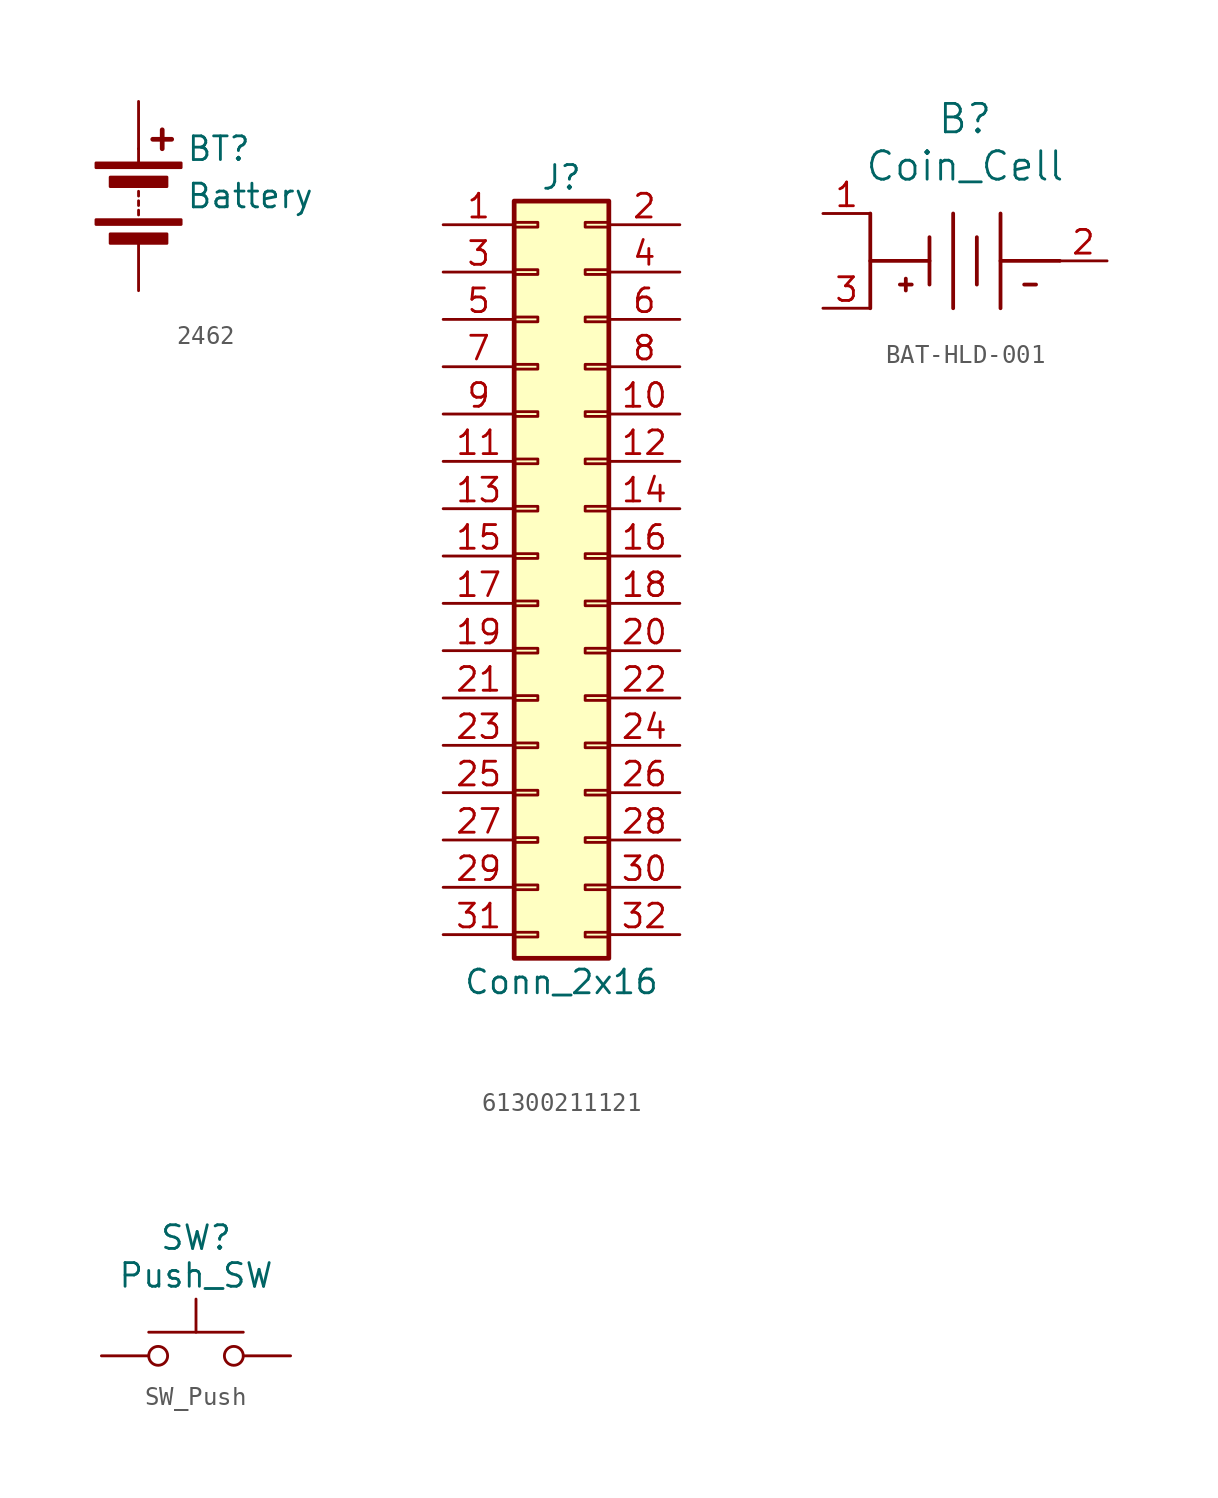
<source format=kicad_sym>
(kicad_symbol_lib
  (version 20231120)
  (generator "kicad_symbol_editor")
  (generator_version "8.0")
  (symbol "2462"
    (pin_numbers hide)
    (pin_names
      (offset 0) hide)
    (property "Reference" "BT"
      (at 2.54 2.54 0)
      (effects (font (size 1.27 1.27)) (justify left)))
    (property "Value" "Battery"
      (at 2.54 0 0)
      (effects (font (size 1.27 1.27)) (justify left)))
    (symbol "2462_0_1"
      (rectangle (start -2.286 -1.27) (end 2.286 -1.524) (stroke (width 0) (type default)) (fill (type outline)))
      (rectangle (start -2.286 1.778) (end 2.286 1.524) (stroke (width 0) (type default)) (fill (type outline)))
      (rectangle (start -1.524 -2.032) (end 1.524 -2.54) (stroke (width 0) (type default)) (fill (type outline)))
      (rectangle (start -1.524 1.016) (end 1.524 0.508) (stroke (width 0) (type default)) (fill (type outline)))
      (polyline (pts (xy 0 -1.016) (xy 0 -0.762)) (stroke (width 0) (type default)) (fill (type none)))
      (polyline (pts (xy 0 -0.508) (xy 0 -0.254)) (stroke (width 0) (type default)) (fill (type none)))
      (polyline (pts (xy 0 0) (xy 0 0.254)) (stroke (width 0) (type default)) (fill (type none)))
      (polyline (pts (xy 0 1.778) (xy 0 2.54)) (stroke (width 0) (type default)) (fill (type none)))
      (polyline (pts (xy 0.762 3.048) (xy 1.778 3.048)) (stroke (width 0.254) (type default)) (fill (type none)))
      (polyline (pts (xy 1.27 3.556) (xy 1.27 2.54)) (stroke (width 0.254) (type default)) (fill (type none))))
    (symbol "2462_1_1"
      (pin passive line (at 0 5.08 270) (length 2.54) (name "+" (effects (font (size 1.27 1.27)))) (number "1" (effects (font (size 1.27 1.27)))))
      (pin passive line (at 0 -5.08 90) (length 2.54) (name "-" (effects (font (size 1.27 1.27)))) (number "2" (effects (font (size 1.27 1.27)))))))
  (symbol "61300211121"
    (pin_names
      (offset 1.016) hide)
    (property "Reference" "J"
      (at 1.27 20.32 0)
      (effects (font (size 1.27 1.27))))
    (property "Value" "Conn_2x16"
      (at 1.27 -22.86 0)
      (effects (font (size 1.27 1.27))))
    (symbol "61300211121_1_1"
      (rectangle (start -1.27 -20.193) (end 0 -20.447) (stroke (width 0.152) (type default)) (fill (type none)))
      (rectangle (start -1.27 -17.653) (end 0 -17.907) (stroke (width 0.152) (type default)) (fill (type none)))
      (rectangle (start -1.27 -15.113) (end 0 -15.367) (stroke (width 0.152) (type default)) (fill (type none)))
      (rectangle (start -1.27 -12.573) (end 0 -12.827) (stroke (width 0.152) (type default)) (fill (type none)))
      (rectangle (start -1.27 -10.033) (end 0 -10.287) (stroke (width 0.152) (type default)) (fill (type none)))
      (rectangle (start -1.27 -7.493) (end 0 -7.747) (stroke (width 0.152) (type default)) (fill (type none)))
      (rectangle (start -1.27 -4.953) (end 0 -5.207) (stroke (width 0.152) (type default)) (fill (type none)))
      (rectangle (start -1.27 -2.413) (end 0 -2.667) (stroke (width 0.152) (type default)) (fill (type none)))
      (rectangle (start -1.27 0.127) (end 0 -0.127) (stroke (width 0.152) (type default)) (fill (type none)))
      (rectangle (start -1.27 2.667) (end 0 2.413) (stroke (width 0.152) (type default)) (fill (type none)))
      (rectangle (start -1.27 5.207) (end 0 4.953) (stroke (width 0.152) (type default)) (fill (type none)))
      (rectangle (start -1.27 7.747) (end 0 7.493) (stroke (width 0.152) (type default)) (fill (type none)))
      (rectangle (start -1.27 10.287) (end 0 10.033) (stroke (width 0.152) (type default)) (fill (type none)))
      (rectangle (start -1.27 12.827) (end 0 12.573) (stroke (width 0.152) (type default)) (fill (type none)))
      (rectangle (start -1.27 15.367) (end 0 15.113) (stroke (width 0.152) (type default)) (fill (type none)))
      (rectangle (start -1.27 17.907) (end 0 17.653) (stroke (width 0.152) (type default)) (fill (type none)))
      (rectangle (start -1.27 19.05) (end 3.81 -21.59) (stroke (width 0.254) (type default)) (fill (type background)))
      (rectangle (start 3.81 -20.193) (end 2.54 -20.447) (stroke (width 0.152) (type default)) (fill (type none)))
      (rectangle (start 3.81 -17.653) (end 2.54 -17.907) (stroke (width 0.152) (type default)) (fill (type none)))
      (rectangle (start 3.81 -15.113) (end 2.54 -15.367) (stroke (width 0.152) (type default)) (fill (type none)))
      (rectangle (start 3.81 -12.573) (end 2.54 -12.827) (stroke (width 0.152) (type default)) (fill (type none)))
      (rectangle (start 3.81 -10.033) (end 2.54 -10.287) (stroke (width 0.152) (type default)) (fill (type none)))
      (rectangle (start 3.81 -7.493) (end 2.54 -7.747) (stroke (width 0.152) (type default)) (fill (type none)))
      (rectangle (start 3.81 -4.953) (end 2.54 -5.207) (stroke (width 0.152) (type default)) (fill (type none)))
      (rectangle (start 3.81 -2.413) (end 2.54 -2.667) (stroke (width 0.152) (type default)) (fill (type none)))
      (rectangle (start 3.81 0.127) (end 2.54 -0.127) (stroke (width 0.152) (type default)) (fill (type none)))
      (rectangle (start 3.81 2.667) (end 2.54 2.413) (stroke (width 0.152) (type default)) (fill (type none)))
      (rectangle (start 3.81 5.207) (end 2.54 4.953) (stroke (width 0.152) (type default)) (fill (type none)))
      (rectangle (start 3.81 7.747) (end 2.54 7.493) (stroke (width 0.152) (type default)) (fill (type none)))
      (rectangle (start 3.81 10.287) (end 2.54 10.033) (stroke (width 0.152) (type default)) (fill (type none)))
      (rectangle (start 3.81 12.827) (end 2.54 12.573) (stroke (width 0.152) (type default)) (fill (type none)))
      (rectangle (start 3.81 15.367) (end 2.54 15.113) (stroke (width 0.152) (type default)) (fill (type none)))
      (rectangle (start 3.81 17.907) (end 2.54 17.653) (stroke (width 0.152) (type default)) (fill (type none)))
      (pin passive line (at -5.08 17.78 0) (length 3.81) (name "Pin_1" (effects (font (size 1.27 1.27)))) (number "1" (effects (font (size 1.27 1.27)))))
      (pin passive line (at 7.62 7.62 180) (length 3.81) (name "Pin_10" (effects (font (size 1.27 1.27)))) (number "10" (effects (font (size 1.27 1.27)))))
      (pin passive line (at -5.08 5.08 0) (length 3.81) (name "Pin_11" (effects (font (size 1.27 1.27)))) (number "11" (effects (font (size 1.27 1.27)))))
      (pin passive line (at 7.62 5.08 180) (length 3.81) (name "Pin_12" (effects (font (size 1.27 1.27)))) (number "12" (effects (font (size 1.27 1.27)))))
      (pin passive line (at -5.08 2.54 0) (length 3.81) (name "Pin_13" (effects (font (size 1.27 1.27)))) (number "13" (effects (font (size 1.27 1.27)))))
      (pin passive line (at 7.62 2.54 180) (length 3.81) (name "Pin_14" (effects (font (size 1.27 1.27)))) (number "14" (effects (font (size 1.27 1.27)))))
      (pin passive line (at -5.08 0 0) (length 3.81) (name "Pin_15" (effects (font (size 1.27 1.27)))) (number "15" (effects (font (size 1.27 1.27)))))
      (pin passive line (at 7.62 0 180) (length 3.81) (name "Pin_16" (effects (font (size 1.27 1.27)))) (number "16" (effects (font (size 1.27 1.27)))))
      (pin passive line (at -5.08 -2.54 0) (length 3.81) (name "Pin_17" (effects (font (size 1.27 1.27)))) (number "17" (effects (font (size 1.27 1.27)))))
      (pin passive line (at 7.62 -2.54 180) (length 3.81) (name "Pin_18" (effects (font (size 1.27 1.27)))) (number "18" (effects (font (size 1.27 1.27)))))
      (pin passive line (at -5.08 -5.08 0) (length 3.81) (name "Pin_19" (effects (font (size 1.27 1.27)))) (number "19" (effects (font (size 1.27 1.27)))))
      (pin passive line (at 7.62 17.78 180) (length 3.81) (name "Pin_2" (effects (font (size 1.27 1.27)))) (number "2" (effects (font (size 1.27 1.27)))))
      (pin passive line (at 7.62 -5.08 180) (length 3.81) (name "Pin_20" (effects (font (size 1.27 1.27)))) (number "20" (effects (font (size 1.27 1.27)))))
      (pin passive line (at -5.08 -7.62 0) (length 3.81) (name "Pin_21" (effects (font (size 1.27 1.27)))) (number "21" (effects (font (size 1.27 1.27)))))
      (pin passive line (at 7.62 -7.62 180) (length 3.81) (name "Pin_22" (effects (font (size 1.27 1.27)))) (number "22" (effects (font (size 1.27 1.27)))))
      (pin passive line (at -5.08 -10.16 0) (length 3.81) (name "Pin_23" (effects (font (size 1.27 1.27)))) (number "23" (effects (font (size 1.27 1.27)))))
      (pin passive line (at 7.62 -10.16 180) (length 3.81) (name "Pin_24" (effects (font (size 1.27 1.27)))) (number "24" (effects (font (size 1.27 1.27)))))
      (pin passive line (at -5.08 -12.7 0) (length 3.81) (name "Pin_25" (effects (font (size 1.27 1.27)))) (number "25" (effects (font (size 1.27 1.27)))))
      (pin passive line (at 7.62 -12.7 180) (length 3.81) (name "Pin_26" (effects (font (size 1.27 1.27)))) (number "26" (effects (font (size 1.27 1.27)))))
      (pin passive line (at -5.08 -15.24 0) (length 3.81) (name "Pin_27" (effects (font (size 1.27 1.27)))) (number "27" (effects (font (size 1.27 1.27)))))
      (pin passive line (at 7.62 -15.24 180) (length 3.81) (name "Pin_28" (effects (font (size 1.27 1.27)))) (number "28" (effects (font (size 1.27 1.27)))))
      (pin passive line (at -5.08 -17.78 0) (length 3.81) (name "Pin_29" (effects (font (size 1.27 1.27)))) (number "29" (effects (font (size 1.27 1.27)))))
      (pin passive line (at -5.08 15.24 0) (length 3.81) (name "Pin_3" (effects (font (size 1.27 1.27)))) (number "3" (effects (font (size 1.27 1.27)))))
      (pin passive line (at 7.62 -17.78 180) (length 3.81) (name "Pin_30" (effects (font (size 1.27 1.27)))) (number "30" (effects (font (size 1.27 1.27)))))
      (pin passive line (at -5.08 -20.32 0) (length 3.81) (name "Pin_31" (effects (font (size 1.27 1.27)))) (number "31" (effects (font (size 1.27 1.27)))))
      (pin passive line (at 7.62 -20.32 180) (length 3.81) (name "Pin_32" (effects (font (size 1.27 1.27)))) (number "32" (effects (font (size 1.27 1.27)))))
      (pin passive line (at 7.62 15.24 180) (length 3.81) (name "Pin_4" (effects (font (size 1.27 1.27)))) (number "4" (effects (font (size 1.27 1.27)))))
      (pin passive line (at -5.08 12.7 0) (length 3.81) (name "Pin_5" (effects (font (size 1.27 1.27)))) (number "5" (effects (font (size 1.27 1.27)))))
      (pin passive line (at 7.62 12.7 180) (length 3.81) (name "Pin_6" (effects (font (size 1.27 1.27)))) (number "6" (effects (font (size 1.27 1.27)))))
      (pin passive line (at -5.08 10.16 0) (length 3.81) (name "Pin_7" (effects (font (size 1.27 1.27)))) (number "7" (effects (font (size 1.27 1.27)))))
      (pin passive line (at 7.62 10.16 180) (length 3.81) (name "Pin_8" (effects (font (size 1.27 1.27)))) (number "8" (effects (font (size 1.27 1.27)))))
      (pin passive line (at -5.08 7.62 0) (length 3.81) (name "Pin_9" (effects (font (size 1.27 1.27)))) (number "9" (effects (font (size 1.27 1.27)))))))
  (symbol "BAT-HLD-001"
    (pin_names
      (offset 0.254))
    (property "Reference" "B"
      (at 7.62 5.08 0)
      (effects (font (size 1.524 1.524))))
    (property "Value" "Coin_Cell"
      (at 7.62 2.54 0)
      (effects (font (size 1.524 1.524))))
    (symbol "BAT-HLD-001_0_1"
      (polyline (pts (xy 2.54 -5.08) (xy 2.54 0)) (stroke (width 0.203) (type default)) (fill (type none)))
      (polyline (pts (xy 2.54 -2.54) (xy 5.715 -2.54)) (stroke (width 0.203) (type default)) (fill (type none)))
      (polyline (pts (xy 4.128 -3.81) (xy 4.763 -3.81)) (stroke (width 0.203) (type default)) (fill (type none)))
      (polyline (pts (xy 4.445 -4.128) (xy 4.445 -3.493)) (stroke (width 0.203) (type default)) (fill (type none)))
      (polyline (pts (xy 5.715 -1.27) (xy 5.715 -3.81)) (stroke (width 0.203) (type default)) (fill (type none)))
      (polyline (pts (xy 6.985 0) (xy 6.985 -5.08)) (stroke (width 0.203) (type default)) (fill (type none)))
      (polyline (pts (xy 8.255 -1.27) (xy 8.255 -3.81)) (stroke (width 0.203) (type default)) (fill (type none)))
      (polyline (pts (xy 9.525 0) (xy 9.525 -5.08)) (stroke (width 0.203) (type default)) (fill (type none)))
      (polyline (pts (xy 10.795 -3.81) (xy 11.43 -3.81)) (stroke (width 0.203) (type default)) (fill (type none)))
      (polyline (pts (xy 12.7 -2.54) (xy 9.525 -2.54)) (stroke (width 0.203) (type default)) (fill (type none))))
    (symbol "BAT-HLD-001_1_1"
      (pin passive line (at 0 0 0) (length 2.54) (name "" (effects (font (size 1.27 1.27)))) (number "1" (effects (font (size 1.27 1.27)))))
      (pin passive line (at 15.24 -2.54 180) (length 2.54) (name "" (effects (font (size 1.27 1.27)))) (number "2" (effects (font (size 1.27 1.27)))))
      (pin passive line (at 0 -5.08 0) (length 2.54) (name "" (effects (font (size 1.27 1.27)))) (number "3" (effects (font (size 1.27 1.27)))))))
  (symbol "SW_Push"
    (pin_numbers hide)
    (pin_names
      (offset 1.016) hide)
    (property "Reference" "SW"
      (at 0 6.35 0)
      (effects (font (size 1.27 1.27))))
    (property "Value" "Push_SW"
      (at 0 4.318 0)
      (effects (font (size 1.27 1.27))))
    (symbol "SW_Push_0_1"
      (circle (center -2.032 0) (radius 0.508) (stroke (width 0) (type default)) (fill (type none)))
      (polyline (pts (xy 0 1.27) (xy 0 3.048)) (stroke (width 0) (type default)) (fill (type none)))
      (polyline (pts (xy 2.54 1.27) (xy -2.54 1.27)) (stroke (width 0) (type default)) (fill (type none)))
      (circle (center 2.032 0) (radius 0.508) (stroke (width 0) (type default)) (fill (type none)))
      (pin passive line (at -5.08 0 0) (length 2.54) (name "1" (effects (font (size 1.27 1.27)))) (number "1" (effects (font (size 1.27 1.27)))))
      (pin passive line (at 5.08 0 180) (length 2.54) (name "2" (effects (font (size 1.27 1.27)))) (number "2" (effects (font (size 1.27 1.27))))))))
</source>
